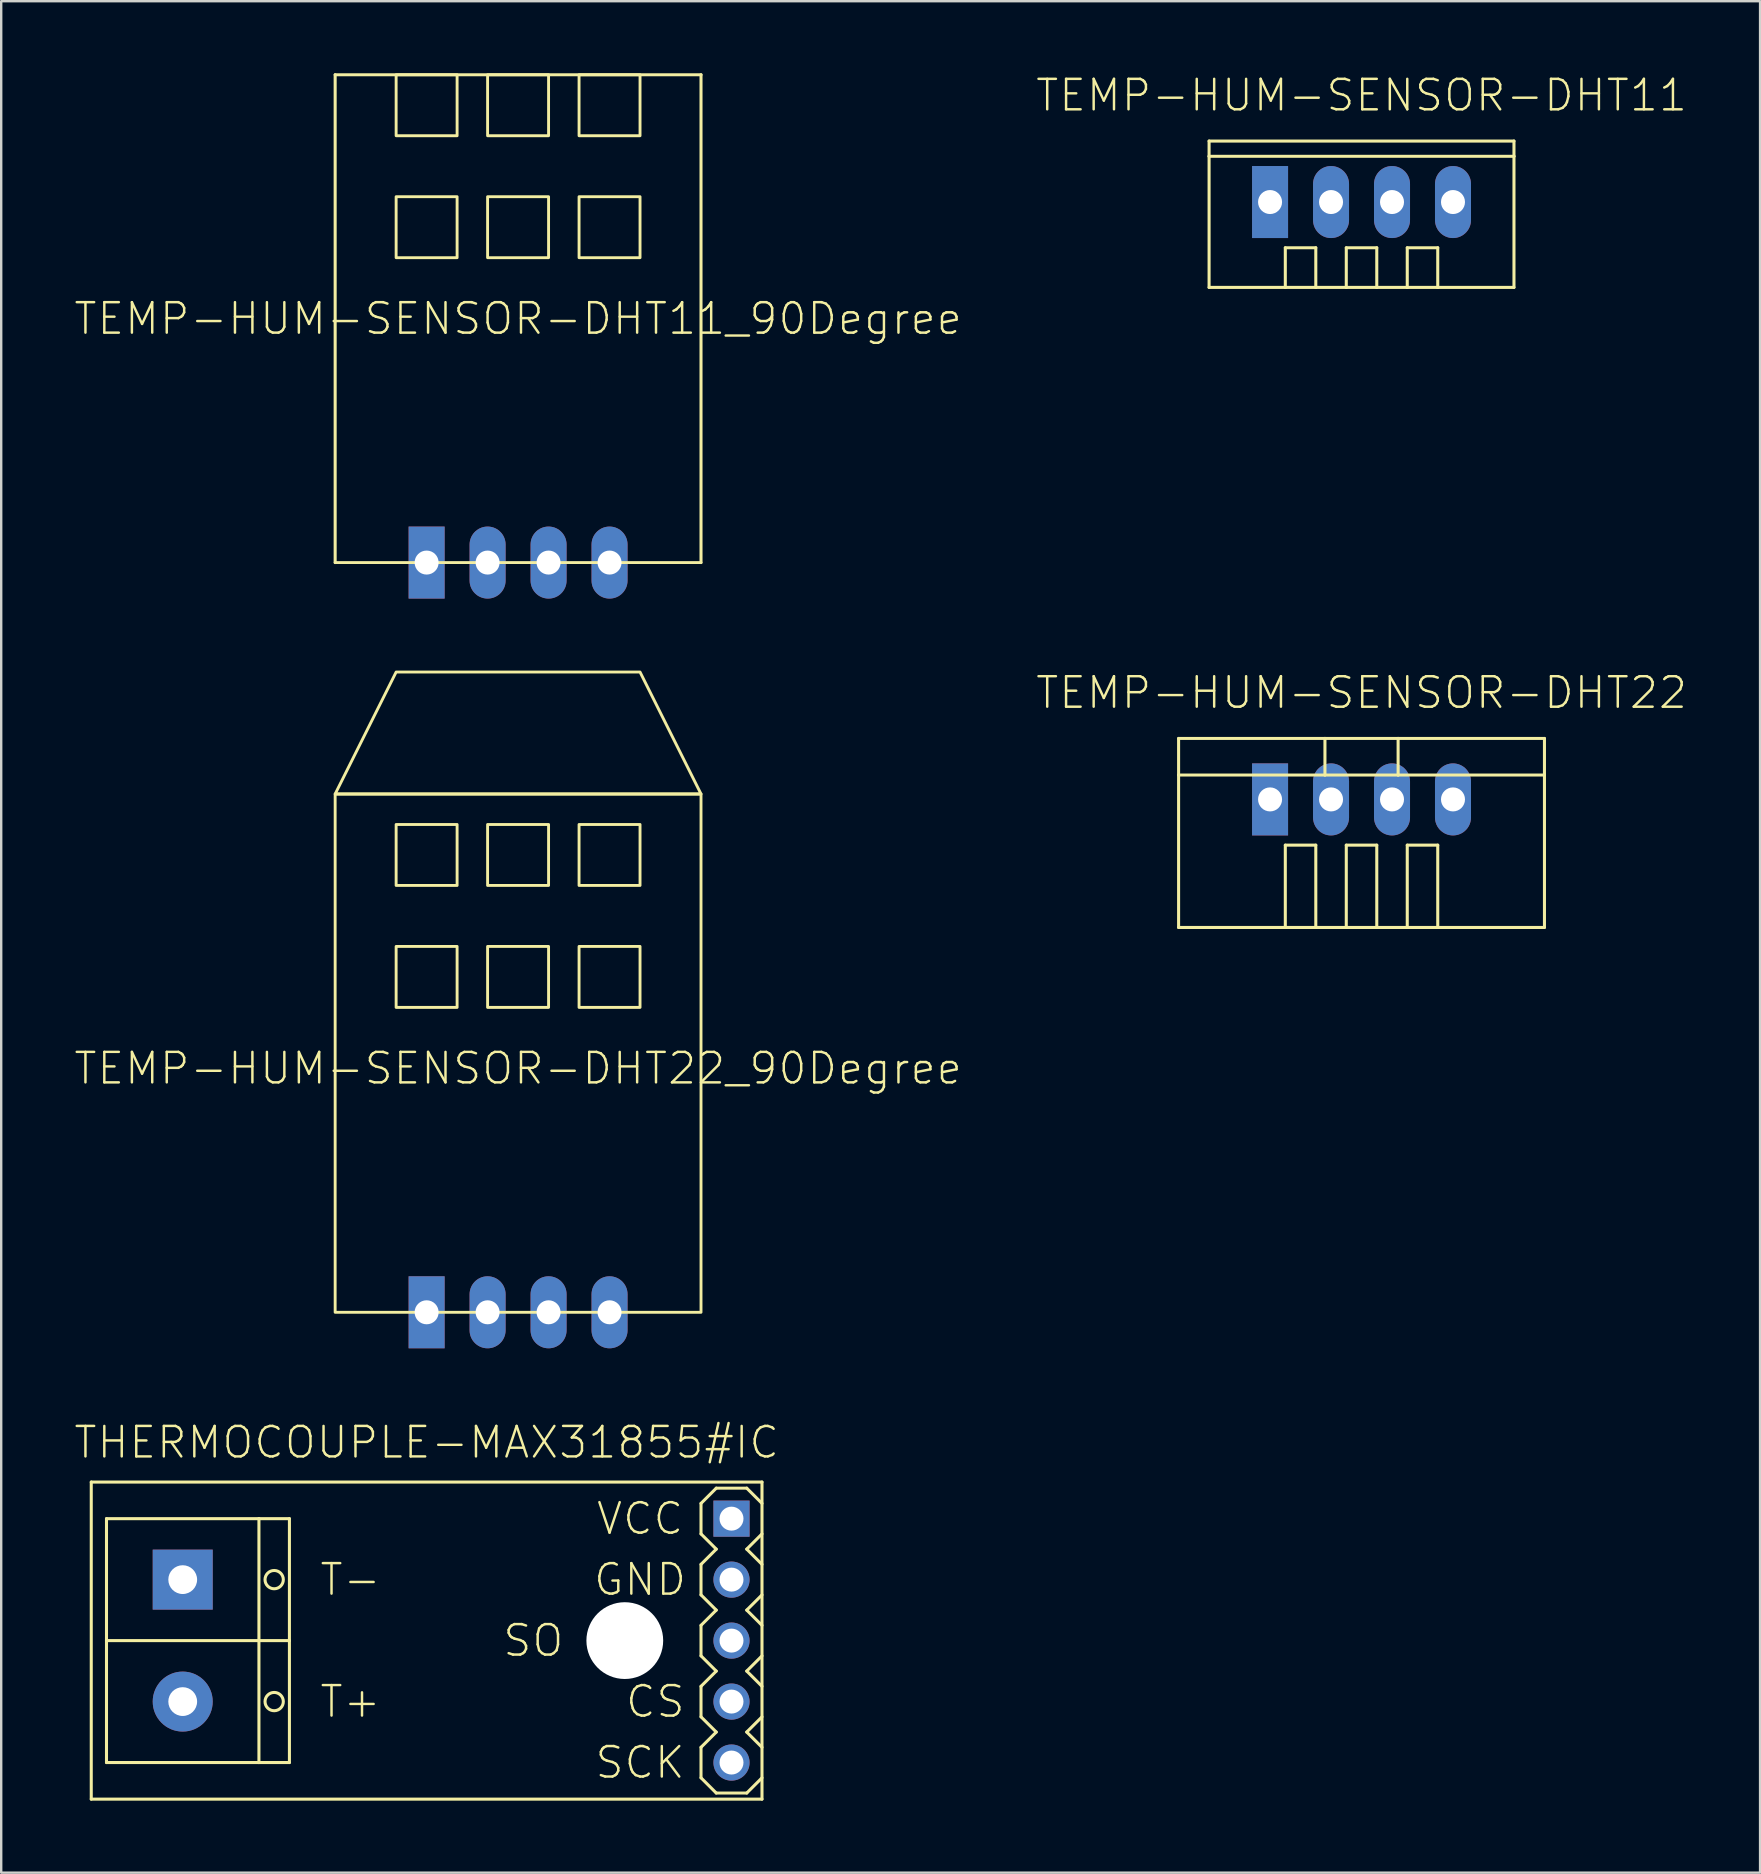
<source format=kicad_pcb>
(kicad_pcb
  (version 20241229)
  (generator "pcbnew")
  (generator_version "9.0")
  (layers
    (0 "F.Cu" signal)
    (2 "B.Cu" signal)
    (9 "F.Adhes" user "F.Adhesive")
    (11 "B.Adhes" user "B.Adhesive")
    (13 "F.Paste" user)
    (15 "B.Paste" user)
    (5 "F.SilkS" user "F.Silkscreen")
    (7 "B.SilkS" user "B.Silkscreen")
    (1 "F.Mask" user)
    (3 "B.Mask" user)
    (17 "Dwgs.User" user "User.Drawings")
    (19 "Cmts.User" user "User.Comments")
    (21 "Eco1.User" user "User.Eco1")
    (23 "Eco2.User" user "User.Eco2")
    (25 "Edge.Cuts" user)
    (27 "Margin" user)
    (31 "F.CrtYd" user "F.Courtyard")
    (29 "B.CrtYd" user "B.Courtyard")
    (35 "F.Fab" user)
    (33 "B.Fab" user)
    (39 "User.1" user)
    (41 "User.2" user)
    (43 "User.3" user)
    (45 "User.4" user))
  (footprint "TEMP-HUM-SENSOR-DHT11_90Degree"
    (layer "F.Cu")
    (at 18.531 20.384)
    (property "Reference" "TEMP-HUM-SENSOR-DHT11_90Degree" (at 0 -10.16 0) (layer "F.SilkS") (effects (font (size 1.27 1.27) (thickness 0.102))))
    (attr through_hole exclude_from_pos_files exclude_from_bom)
    (fp_line (start -7.62 -20.32) (end 7.62 -20.32) (stroke (width 0.127) (type solid)) (layer "F.SilkS"))
    (fp_line (start -7.62 0) (end -7.62 -20.32) (stroke (width 0.127) (type solid)) (layer "F.SilkS"))
    (fp_line (start -7.62 0) (end 7.62 0) (stroke (width 0.12) (type solid)) (layer "F.SilkS"))
    (fp_line (start 7.62 -20.32) (end 7.62 0) (stroke (width 0.127) (type solid)) (layer "F.SilkS"))
    (fp_rect (start -5.08 -20.32) (end -2.54 -17.78) (stroke (width 0.12) (type solid)) (fill no) (layer "F.SilkS"))
    (fp_rect (start -5.08 -15.24) (end -2.54 -12.7) (stroke (width 0.12) (type solid)) (fill no) (layer "F.SilkS"))
    (fp_rect (start -1.27 -20.32) (end 1.27 -17.78) (stroke (width 0.12) (type solid)) (fill no) (layer "F.SilkS"))
    (fp_rect (start -1.27 -15.24) (end 1.27 -12.7) (stroke (width 0.12) (type solid)) (fill no) (layer "F.SilkS"))
    (fp_rect (start 2.54 -20.32) (end 5.08 -17.78) (stroke (width 0.12) (type solid)) (fill no) (layer "F.SilkS"))
    (fp_rect (start 2.54 -15.24) (end 5.08 -12.7) (stroke (width 0.12) (type solid)) (fill no) (layer "F.SilkS"))
    (pad "1" thru_hole rect (at -3.81 0) (size 1.5 3) (drill 1) (layers "*.Cu" "*.Mask"))
    (pad "2" thru_hole oval (at -1.27 0) (size 1.5 3) (drill 1) (layers "*.Cu" "*.Mask"))
    (pad "3" thru_hole oval (at 1.27 0) (size 1.5 3) (drill 1) (layers "*.Cu" "*.Mask"))
    (pad "4" thru_hole oval (at 3.81 0) (size 1.5 3) (drill 1) (layers "*.Cu" "*.Mask")))
  (footprint "TEMP-HUM-SENSOR-DHT22"
    (layer "F.Cu")
    (at 53.665 30.25)
    (property "Reference" "TEMP-HUM-SENSOR-DHT22" (at 0 -4.445 0) (layer "F.SilkS") (effects (font (size 1.27 1.27) (thickness 0.102))))
    (attr through_hole exclude_from_pos_files exclude_from_bom)
    (fp_line (start -7.62 -2.54) (end -1.524 -2.54) (stroke (width 0.127) (type solid)) (layer "F.SilkS"))
    (fp_line (start -7.62 -1.016) (end -7.62 -2.54) (stroke (width 0.127) (type solid)) (layer "F.SilkS"))
    (fp_line (start -7.62 -1.016) (end -1.524 -1.016) (stroke (width 0.127) (type solid)) (layer "F.SilkS"))
    (fp_line (start -7.62 5.334) (end -7.62 -1.016) (stroke (width 0.127) (type solid)) (layer "F.SilkS"))
    (fp_line (start -3.175 1.905) (end -1.905 1.905) (stroke (width 0.127) (type solid)) (layer "F.SilkS"))
    (fp_line (start -3.175 5.334) (end -7.62 5.334) (stroke (width 0.127) (type solid)) (layer "F.SilkS"))
    (fp_line (start -3.175 5.334) (end -3.175 1.905) (stroke (width 0.127) (type solid)) (layer "F.SilkS"))
    (fp_line (start -1.905 1.905) (end -1.905 5.334) (stroke (width 0.127) (type solid)) (layer "F.SilkS"))
    (fp_line (start -1.905 5.334) (end -3.175 5.334) (stroke (width 0.127) (type solid)) (layer "F.SilkS"))
    (fp_line (start -1.524 -2.54) (end 1.524 -2.54) (stroke (width 0.127) (type solid)) (layer "F.SilkS"))
    (fp_line (start -1.524 -1.016) (end -1.524 -2.54) (stroke (width 0.127) (type solid)) (layer "F.SilkS"))
    (fp_line (start -1.524 -1.016) (end 1.524 -1.016) (stroke (width 0.127) (type solid)) (layer "F.SilkS"))
    (fp_line (start -0.635 1.905) (end 0.635 1.905) (stroke (width 0.127) (type solid)) (layer "F.SilkS"))
    (fp_line (start -0.635 5.334) (end -1.905 5.334) (stroke (width 0.127) (type solid)) (layer "F.SilkS"))
    (fp_line (start -0.635 5.334) (end -0.635 1.905) (stroke (width 0.127) (type solid)) (layer "F.SilkS"))
    (fp_line (start 0.635 1.905) (end 0.635 5.334) (stroke (width 0.127) (type solid)) (layer "F.SilkS"))
    (fp_line (start 0.635 5.334) (end -0.635 5.334) (stroke (width 0.127) (type solid)) (layer "F.SilkS"))
    (fp_line (start 1.524 -2.54) (end 7.62 -2.54) (stroke (width 0.127) (type solid)) (layer "F.SilkS"))
    (fp_line (start 1.524 -1.016) (end 1.524 -2.54) (stroke (width 0.127) (type solid)) (layer "F.SilkS"))
    (fp_line (start 1.524 -1.016) (end 7.62 -1.016) (stroke (width 0.127) (type solid)) (layer "F.SilkS"))
    (fp_line (start 1.905 1.905) (end 3.175 1.905) (stroke (width 0.127) (type solid)) (layer "F.SilkS"))
    (fp_line (start 1.905 5.334) (end 0.635 5.334) (stroke (width 0.127) (type solid)) (layer "F.SilkS"))
    (fp_line (start 1.905 5.334) (end 1.905 1.905) (stroke (width 0.127) (type solid)) (layer "F.SilkS"))
    (fp_line (start 3.175 1.905) (end 3.175 5.334) (stroke (width 0.127) (type solid)) (layer "F.SilkS"))
    (fp_line (start 3.175 5.334) (end 1.905 5.334) (stroke (width 0.127) (type solid)) (layer "F.SilkS"))
    (fp_line (start 7.62 -2.54) (end 7.62 -1.016) (stroke (width 0.127) (type solid)) (layer "F.SilkS"))
    (fp_line (start 7.62 -1.016) (end 7.62 5.334) (stroke (width 0.127) (type solid)) (layer "F.SilkS"))
    (fp_line (start 7.62 5.334) (end 3.175 5.334) (stroke (width 0.127) (type solid)) (layer "F.SilkS"))
    (pad "1" thru_hole rect (at -3.81 0) (size 1.5 3) (drill 1) (layers "*.Cu" "*.Mask"))
    (pad "2" thru_hole oval (at -1.27 0) (size 1.5 3) (drill 1) (layers "*.Cu" "*.Mask"))
    (pad "3" thru_hole oval (at 1.27 0) (size 1.5 3) (drill 1) (layers "*.Cu" "*.Mask"))
    (pad "4" thru_hole oval (at 3.81 0) (size 1.5 3) (drill 1) (layers "*.Cu" "*.Mask")))
  (footprint "THERMOCOUPLE-MAX31855#IC"
    (layer "F.Cu")
    (at 14.721 65.29)
    (property "Reference" "THERMOCOUPLE-MAX31855#IC" (at 0 -8.255 0) (layer "F.SilkS") (effects (font (size 1.27 1.27) (thickness 0.102))))
    (attr exclude_from_pos_files exclude_from_bom)
    (fp_line (start -13.97 -6.604) (end 13.97 -6.604) (stroke (width 0.127) (type solid)) (layer "F.SilkS"))
    (fp_line (start -13.97 6.604) (end -13.97 -6.604) (stroke (width 0.127) (type solid)) (layer "F.SilkS"))
    (fp_line (start -13.335 -5.08) (end -6.985 -5.08) (stroke (width 0.127) (type solid)) (layer "F.SilkS"))
    (fp_line (start -13.335 0) (end -13.335 -5.08) (stroke (width 0.127) (type solid)) (layer "F.SilkS"))
    (fp_line (start -13.335 5.08) (end -13.335 0) (stroke (width 0.127) (type solid)) (layer "F.SilkS"))
    (fp_line (start -6.985 -5.08) (end -6.985 5.08) (stroke (width 0.127) (type solid)) (layer "F.SilkS"))
    (fp_line (start -6.985 -5.08) (end -5.715 -5.08) (stroke (width 0.127) (type solid)) (layer "F.SilkS"))
    (fp_line (start -6.985 5.08) (end -13.335 5.08) (stroke (width 0.127) (type solid)) (layer "F.SilkS"))
    (fp_line (start -5.715 -5.08) (end -5.715 0) (stroke (width 0.127) (type solid)) (layer "F.SilkS"))
    (fp_line (start -5.715 0) (end -13.335 0) (stroke (width 0.127) (type solid)) (layer "F.SilkS"))
    (fp_line (start -5.715 0) (end -5.715 5.08) (stroke (width 0.127) (type solid)) (layer "F.SilkS"))
    (fp_line (start -5.715 5.08) (end -6.985 5.08) (stroke (width 0.127) (type solid)) (layer "F.SilkS"))
    (fp_line (start 11.43 -5.715) (end 12.065 -6.35) (stroke (width 0.127) (type solid)) (layer "F.SilkS"))
    (fp_line (start 11.43 -4.445) (end 11.43 -5.715) (stroke (width 0.127) (type solid)) (layer "F.SilkS"))
    (fp_line (start 11.43 -3.175) (end 12.065 -3.81) (stroke (width 0.127) (type solid)) (layer "F.SilkS"))
    (fp_line (start 11.43 -1.905) (end 11.43 -3.175) (stroke (width 0.127) (type solid)) (layer "F.SilkS"))
    (fp_line (start 11.43 -0.635) (end 12.065 -1.27) (stroke (width 0.127) (type solid)) (layer "F.SilkS"))
    (fp_line (start 11.43 0.635) (end 11.43 -0.635) (stroke (width 0.127) (type solid)) (layer "F.SilkS"))
    (fp_line (start 11.43 1.905) (end 12.065 1.27) (stroke (width 0.127) (type solid)) (layer "F.SilkS"))
    (fp_line (start 11.43 3.175) (end 11.43 1.905) (stroke (width 0.127) (type solid)) (layer "F.SilkS"))
    (fp_line (start 11.43 4.445) (end 12.065 3.81) (stroke (width 0.127) (type solid)) (layer "F.SilkS"))
    (fp_line (start 11.43 5.715) (end 11.43 4.445) (stroke (width 0.127) (type solid)) (layer "F.SilkS"))
    (fp_line (start 12.065 -6.35) (end 13.335 -6.35) (stroke (width 0.127) (type solid)) (layer "F.SilkS"))
    (fp_line (start 12.065 -3.81) (end 11.43 -4.445) (stroke (width 0.127) (type solid)) (layer "F.SilkS"))
    (fp_line (start 12.065 -1.27) (end 11.43 -1.905) (stroke (width 0.127) (type solid)) (layer "F.SilkS"))
    (fp_line (start 12.065 1.27) (end 11.43 0.635) (stroke (width 0.127) (type solid)) (layer "F.SilkS"))
    (fp_line (start 12.065 3.81) (end 11.43 3.175) (stroke (width 0.127) (type solid)) (layer "F.SilkS"))
    (fp_line (start 12.065 6.35) (end 11.43 5.715) (stroke (width 0.127) (type solid)) (layer "F.SilkS"))
    (fp_line (start 13.335 -6.35) (end 13.97 -5.715) (stroke (width 0.127) (type solid)) (layer "F.SilkS"))
    (fp_line (start 13.335 -3.81) (end 13.97 -3.175) (stroke (width 0.127) (type solid)) (layer "F.SilkS"))
    (fp_line (start 13.335 -1.27) (end 13.97 -0.635) (stroke (width 0.127) (type solid)) (layer "F.SilkS"))
    (fp_line (start 13.335 1.27) (end 13.97 1.905) (stroke (width 0.127) (type solid)) (layer "F.SilkS"))
    (fp_line (start 13.335 3.81) (end 13.97 4.445) (stroke (width 0.127) (type solid)) (layer "F.SilkS"))
    (fp_line (start 13.335 6.35) (end 12.065 6.35) (stroke (width 0.127) (type solid)) (layer "F.SilkS"))
    (fp_line (start 13.97 -6.604) (end 13.97 6.604) (stroke (width 0.127) (type solid)) (layer "F.SilkS"))
    (fp_line (start 13.97 -4.445) (end 13.335 -3.81) (stroke (width 0.127) (type solid)) (layer "F.SilkS"))
    (fp_line (start 13.97 -1.905) (end 13.335 -1.27) (stroke (width 0.127) (type solid)) (layer "F.SilkS"))
    (fp_line (start 13.97 0.635) (end 13.335 1.27) (stroke (width 0.127) (type solid)) (layer "F.SilkS"))
    (fp_line (start 13.97 3.175) (end 13.335 3.81) (stroke (width 0.127) (type solid)) (layer "F.SilkS"))
    (fp_line (start 13.97 5.715) (end 13.335 6.35) (stroke (width 0.127) (type solid)) (layer "F.SilkS"))
    (fp_line (start 13.97 6.604) (end -13.97 6.604) (stroke (width 0.127) (type solid)) (layer "F.SilkS"))
    (fp_circle (center -6.35 -2.54) (end -6.35 -2.921) (stroke (width 0.127) (type solid)) (fill no) (layer "F.SilkS"))
    (fp_circle (center -6.35 2.54) (end -6.35 2.159) (stroke (width 0.127) (type solid)) (fill no) (layer "F.SilkS"))
    (fp_text user "SO" (at 4.445 0 0) (layer "F.SilkS") (effects (font (size 1.27 1.27) (thickness 0.102))))
    (fp_text user "T-" (at -3.175 -2.54 0) (layer "F.SilkS") (effects (font (size 1.27 1.27) (thickness 0.102))))
    (fp_text user "VCC" (at 8.89 -5.08 0) (layer "F.SilkS") (effects (font (size 1.27 1.27) (thickness 0.102))))
    (fp_text user "SCK" (at 8.89 5.08 0) (layer "F.SilkS") (effects (font (size 1.27 1.27) (thickness 0.102))))
    (fp_text user "T+" (at -3.175 2.54 0) (layer "F.SilkS") (effects (font (size 1.27 1.27) (thickness 0.102))))
    (fp_text user "CS" (at 9.525 2.54 0) (layer "F.SilkS") (effects (font (size 1.27 1.27) (thickness 0.102))))
    (fp_text user "GND" (at 8.89 -2.54 0) (layer "F.SilkS") (effects (font (size 1.27 1.27) (thickness 0.102))))
    (pad "" np_thru_hole circle (at 8.255 0) (size 3.198 3.198) (drill 3.198) (layers "*.Cu" "*.Mask"))
    (pad "1" thru_hole rect (at 12.7 -5.08) (size 1.506 1.506) (drill 0.998) (layers "*.Cu" "*.Paste" "*.Mask"))
    (pad "2" thru_hole circle (at 12.7 -2.54) (size 1.506 1.506) (drill 0.998) (layers "*.Cu" "*.Paste" "*.Mask"))
    (pad "3" thru_hole circle (at 12.7 0) (size 1.506 1.506) (drill 0.998) (layers "*.Cu" "*.Paste" "*.Mask"))
    (pad "4" thru_hole circle (at 12.7 2.54) (size 1.506 1.506) (drill 0.998) (layers "*.Cu" "*.Paste" "*.Mask"))
    (pad "5" thru_hole circle (at 12.7 5.08) (size 1.506 1.506) (drill 0.998) (layers "*.Cu" "*.Paste" "*.Mask"))
    (pad "P1.1" thru_hole rect (at -10.16 -2.54) (size 2.499 2.499) (drill 1.199) (layers "*.Cu" "*.Paste" "*.Mask"))
    (pad "P1.2" thru_hole circle (at -10.16 2.54) (size 2.499 2.499) (drill 1.199) (layers "*.Cu" "*.Paste" "*.Mask")))
  (footprint "TEMP-HUM-SENSOR-DHT11"
    (layer "F.Cu")
    (at 53.665 5.366)
    (property "Reference" "TEMP-HUM-SENSOR-DHT11" (at 0 -4.445 0) (layer "F.SilkS") (effects (font (size 1.27 1.27) (thickness 0.102))))
    (attr through_hole exclude_from_pos_files exclude_from_bom)
    (fp_line (start -6.35 -2.54) (end 6.35 -2.54) (stroke (width 0.127) (type solid)) (layer "F.SilkS"))
    (fp_line (start -6.35 -1.905) (end -6.35 -2.54) (stroke (width 0.127) (type solid)) (layer "F.SilkS"))
    (fp_line (start -6.35 -1.905) (end 6.35 -1.905) (stroke (width 0.127) (type solid)) (layer "F.SilkS"))
    (fp_line (start -6.35 3.556) (end -6.35 -1.905) (stroke (width 0.127) (type solid)) (layer "F.SilkS"))
    (fp_line (start -3.175 1.905) (end -1.905 1.905) (stroke (width 0.127) (type solid)) (layer "F.SilkS"))
    (fp_line (start -3.175 3.556) (end -6.35 3.556) (stroke (width 0.127) (type solid)) (layer "F.SilkS"))
    (fp_line (start -3.175 3.556) (end -3.175 1.905) (stroke (width 0.127) (type solid)) (layer "F.SilkS"))
    (fp_line (start -1.905 1.905) (end -1.905 3.556) (stroke (width 0.127) (type solid)) (layer "F.SilkS"))
    (fp_line (start -1.905 3.556) (end -3.175 3.556) (stroke (width 0.127) (type solid)) (layer "F.SilkS"))
    (fp_line (start -0.635 1.905) (end 0.635 1.905) (stroke (width 0.127) (type solid)) (layer "F.SilkS"))
    (fp_line (start -0.635 3.556) (end -1.905 3.556) (stroke (width 0.127) (type solid)) (layer "F.SilkS"))
    (fp_line (start -0.635 3.556) (end -0.635 1.905) (stroke (width 0.127) (type solid)) (layer "F.SilkS"))
    (fp_line (start 0.635 1.905) (end 0.635 3.556) (stroke (width 0.127) (type solid)) (layer "F.SilkS"))
    (fp_line (start 0.635 3.556) (end -0.635 3.556) (stroke (width 0.127) (type solid)) (layer "F.SilkS"))
    (fp_line (start 1.905 1.905) (end 3.175 1.905) (stroke (width 0.127) (type solid)) (layer "F.SilkS"))
    (fp_line (start 1.905 3.556) (end 0.635 3.556) (stroke (width 0.127) (type solid)) (layer "F.SilkS"))
    (fp_line (start 1.905 3.556) (end 1.905 1.905) (stroke (width 0.127) (type solid)) (layer "F.SilkS"))
    (fp_line (start 3.175 1.905) (end 3.175 3.556) (stroke (width 0.127) (type solid)) (layer "F.SilkS"))
    (fp_line (start 3.175 3.556) (end 1.905 3.556) (stroke (width 0.127) (type solid)) (layer "F.SilkS"))
    (fp_line (start 6.35 -2.54) (end 6.35 -1.905) (stroke (width 0.127) (type solid)) (layer "F.SilkS"))
    (fp_line (start 6.35 -1.905) (end 6.35 3.556) (stroke (width 0.127) (type solid)) (layer "F.SilkS"))
    (fp_line (start 6.35 3.556) (end 3.175 3.556) (stroke (width 0.127) (type solid)) (layer "F.SilkS"))
    (pad "1" thru_hole rect (at -3.81 0) (size 1.5 3) (drill 1) (layers "*.Cu" "*.Mask"))
    (pad "2" thru_hole oval (at -1.27 0) (size 1.5 3) (drill 1) (layers "*.Cu" "*.Mask"))
    (pad "3" thru_hole oval (at 1.27 0) (size 1.5 3) (drill 1) (layers "*.Cu" "*.Mask"))
    (pad "4" thru_hole oval (at 3.81 0) (size 1.5 3) (drill 1) (layers "*.Cu" "*.Mask")))
  (footprint "TEMP-HUM-SENSOR-DHT22_90Degree"
    (layer "F.Cu")
    (at 18.531 51.614)
    (property "Reference" "TEMP-HUM-SENSOR-DHT22_90Degree" (at 0 -10.16 0) (layer "F.SilkS") (effects (font (size 1.27 1.27) (thickness 0.102))))
    (attr through_hole exclude_from_pos_files exclude_from_bom)
    (fp_rect (start -5.08 -20.32) (end -2.54 -17.78) (stroke (width 0.12) (type solid)) (fill no) (layer "F.SilkS"))
    (fp_rect (start -5.08 -15.24) (end -2.54 -12.7) (stroke (width 0.12) (type solid)) (fill no) (layer "F.SilkS"))
    (fp_rect (start -1.27 -20.32) (end 1.27 -17.78) (stroke (width 0.12) (type solid)) (fill no) (layer "F.SilkS"))
    (fp_rect (start -1.27 -15.24) (end 1.27 -12.7) (stroke (width 0.12) (type solid)) (fill no) (layer "F.SilkS"))
    (fp_rect (start 2.54 -20.32) (end 5.08 -17.78) (stroke (width 0.12) (type solid)) (fill no) (layer "F.SilkS"))
    (fp_rect (start 2.54 -15.24) (end 5.08 -12.7) (stroke (width 0.12) (type solid)) (fill no) (layer "F.SilkS"))
    (fp_rect (start 7.62 0) (end -7.62 -21.59) (stroke (width 0.12) (type solid)) (fill no) (layer "F.SilkS"))
    (fp_poly (pts (xy 7.62 -21.59) (xy -7.62 -21.59) (xy -5.08 -26.67) (xy 5.08 -26.67)) (stroke (width 0.12) (type solid)) (fill no) (layer "F.SilkS"))
    (pad "1" thru_hole rect (at -3.81 0) (size 1.5 3) (drill 1) (layers "*.Cu" "*.Mask"))
    (pad "2" thru_hole oval (at -1.27 0) (size 1.5 3) (drill 1) (layers "*.Cu" "*.Mask"))
    (pad "3" thru_hole oval (at 1.27 0) (size 1.5 3) (drill 1) (layers "*.Cu" "*.Mask"))
    (pad "4" thru_hole oval (at 3.81 0) (size 1.5 3) (drill 1) (layers "*.Cu" "*.Mask")))
  (gr_rect
    (start -3 -3)
    (end 70.267 74.957)
    (stroke (width 0.1) (type default))
    (fill no)
    (layer "Edge.Cuts")))
</source>
